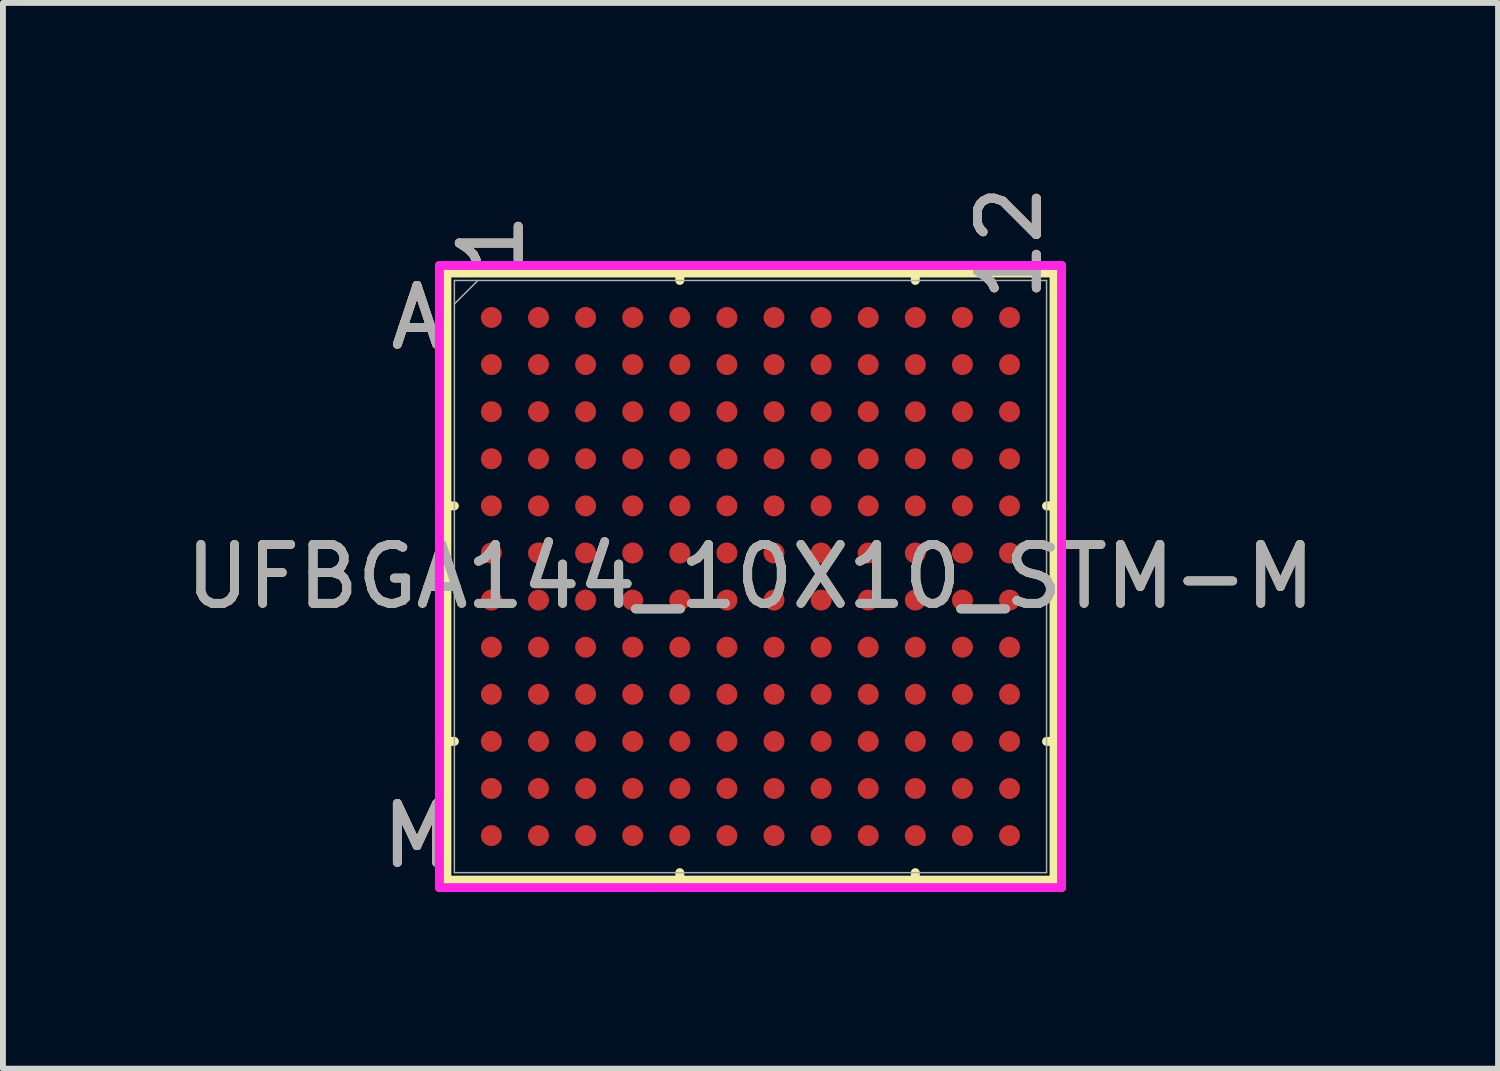
<source format=kicad_pcb>
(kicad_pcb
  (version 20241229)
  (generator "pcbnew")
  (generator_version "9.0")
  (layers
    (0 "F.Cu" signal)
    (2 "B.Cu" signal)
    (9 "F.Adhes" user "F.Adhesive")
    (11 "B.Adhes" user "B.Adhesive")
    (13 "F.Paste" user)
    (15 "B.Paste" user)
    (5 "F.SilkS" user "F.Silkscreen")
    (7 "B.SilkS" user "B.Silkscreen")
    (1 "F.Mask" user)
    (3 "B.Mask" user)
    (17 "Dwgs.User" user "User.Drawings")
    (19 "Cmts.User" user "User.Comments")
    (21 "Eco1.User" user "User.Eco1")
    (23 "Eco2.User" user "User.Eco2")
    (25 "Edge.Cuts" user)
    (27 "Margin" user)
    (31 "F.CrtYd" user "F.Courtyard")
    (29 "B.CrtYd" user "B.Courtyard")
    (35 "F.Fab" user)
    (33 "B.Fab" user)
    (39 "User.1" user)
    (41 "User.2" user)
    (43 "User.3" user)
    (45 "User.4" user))
  (footprint "UFBGA144_10X10_STM-M"
    (layer "F.Cu")
    (at 9.696 6.742)
    (property "Reference" "UFBGA144_10X10_STM-M" (at 0 0 0) (unlocked yes) (layer "F.SilkS") (effects (font (size 1 1) (thickness 0.15))))
    (attr smd)
    (fp_line (start -5.156 -5.156) (end -5.156 5.156) (stroke (width 0.152) (type solid)) (layer "F.SilkS"))
    (fp_line (start -5.156 5.156) (end 5.156 5.156) (stroke (width 0.152) (type solid)) (layer "F.SilkS"))
    (fp_line (start -5.029 -1.2) (end -5.283 -1.2) (stroke (width 0.152) (type solid)) (layer "F.SilkS"))
    (fp_line (start -5.029 2.8) (end -5.283 2.8) (stroke (width 0.152) (type solid)) (layer "F.SilkS"))
    (fp_line (start -1.2 -5.029) (end -1.2 -5.283) (stroke (width 0.152) (type solid)) (layer "F.SilkS"))
    (fp_line (start -1.2 5.029) (end -1.2 5.283) (stroke (width 0.152) (type solid)) (layer "F.SilkS"))
    (fp_line (start 2.8 -5.029) (end 2.8 -5.283) (stroke (width 0.152) (type solid)) (layer "F.SilkS"))
    (fp_line (start 2.8 5.029) (end 2.8 5.283) (stroke (width 0.152) (type solid)) (layer "F.SilkS"))
    (fp_line (start 5.029 -1.2) (end 5.283 -1.2) (stroke (width 0.152) (type solid)) (layer "F.SilkS"))
    (fp_line (start 5.029 2.8) (end 5.283 2.8) (stroke (width 0.152) (type solid)) (layer "F.SilkS"))
    (fp_line (start 5.156 -5.156) (end -5.156 -5.156) (stroke (width 0.152) (type solid)) (layer "F.SilkS"))
    (fp_line (start 5.156 5.156) (end 5.156 -5.156) (stroke (width 0.152) (type solid)) (layer "F.SilkS"))
    (fp_poly (pts (xy -5.245 -5.245) (xy 5.245 -5.245) (xy 5.245 5.245) (xy -5.245 5.245)) (stroke (width 0.1) (type solid)) (fill no) (layer "Eco2.User"))
    (fp_line (start -5.283 -5.283) (end 5.283 -5.283) (stroke (width 0.152) (type solid)) (layer "F.CrtYd"))
    (fp_line (start -5.283 5.283) (end -5.283 -5.283) (stroke (width 0.152) (type solid)) (layer "F.CrtYd"))
    (fp_line (start 5.283 -5.283) (end 5.283 5.283) (stroke (width 0.152) (type solid)) (layer "F.CrtYd"))
    (fp_line (start 5.283 5.283) (end -5.283 5.283) (stroke (width 0.152) (type solid)) (layer "F.CrtYd"))
    (fp_line (start -5.029 -5.029) (end -5.029 5.029) (stroke (width 0.025) (type solid)) (layer "F.Fab"))
    (fp_line (start -5.029 5.029) (end 5.029 5.029) (stroke (width 0.025) (type solid)) (layer "F.Fab"))
    (fp_line (start -4.629 -5.029) (end -5.029 -4.629) (stroke (width 0.025) (type solid)) (layer "F.Fab"))
    (fp_line (start 5.029 -5.029) (end -5.029 -5.029) (stroke (width 0.025) (type solid)) (layer "F.Fab"))
    (fp_line (start 5.029 5.029) (end 5.029 -5.029) (stroke (width 0.025) (type solid)) (layer "F.Fab"))
    (fp_text user "1" (at -4.4 -5.664 90) (unlocked yes) (layer "F.SilkS") (effects (font (size 1 1) (thickness 0.15))))
    (fp_text user "12" (at 4.4 -5.664 90) (unlocked yes) (layer "F.SilkS") (effects (font (size 1 1) (thickness 0.15))))
    (fp_text user "M" (at -5.664 4.4 0) (unlocked yes) (layer "F.SilkS") (effects (font (size 1 1) (thickness 0.15))))
    (fp_text user "A" (at -5.664 -4.4 0) (unlocked yes) (layer "F.SilkS") (effects (font (size 1 1) (thickness 0.15))))
    (fp_text user "M" (at -5.664 4.4 0) (unlocked yes) (layer "B.SilkS") (effects (font (size 1 1) (thickness 0.15))))
    (fp_text user "A" (at -5.664 -4.4 0) (unlocked yes) (layer "B.SilkS") (effects (font (size 1 1) (thickness 0.15))))
    (fp_text user "1" (at -4.4 -5.664 90) (unlocked yes) (layer "B.SilkS") (effects (font (size 1 1) (thickness 0.15))))
    (fp_text user "12" (at 4.4 -5.664 90) (unlocked yes) (layer "B.SilkS") (effects (font (size 1 1) (thickness 0.15))))
    (fp_text user "1" (at -4.4 -5.664 90) (unlocked yes) (layer "F.Fab") (effects (font (size 1 1) (thickness 0.15))))
    (fp_text user "A" (at -5.664 -4.4 0) (unlocked yes) (layer "F.Fab") (effects (font (size 1 1) (thickness 0.15))))
    (fp_text user "M" (at -5.664 4.4 0) (unlocked yes) (layer "F.Fab") (effects (font (size 1 1) (thickness 0.15))))
    (fp_text user "12" (at 4.4 -5.664 90) (unlocked yes) (layer "F.Fab") (effects (font (size 1 1) (thickness 0.15))))
    (fp_text user "${REFERENCE}" (at 0 0 0) (unlocked yes) (layer "F.Fab") (effects (font (size 1 1) (thickness 0.15))))
    (pad "A1" smd circle (at -4.4 -4.4) (size 0.356 0.356) (layers "F.Cu" "F.Mask" "F.Paste"))
    (pad "A2" smd circle (at -3.6 -4.4) (size 0.356 0.356) (layers "F.Cu" "F.Mask" "F.Paste"))
    (pad "A3" smd circle (at -2.8 -4.4) (size 0.356 0.356) (layers "F.Cu" "F.Mask" "F.Paste"))
    (pad "A4" smd circle (at -2 -4.4) (size 0.356 0.356) (layers "F.Cu" "F.Mask" "F.Paste"))
    (pad "A5" smd circle (at -1.2 -4.4) (size 0.356 0.356) (layers "F.Cu" "F.Mask" "F.Paste"))
    (pad "A6" smd circle (at -0.4 -4.4) (size 0.356 0.356) (layers "F.Cu" "F.Mask" "F.Paste"))
    (pad "A7" smd circle (at 0.4 -4.4) (size 0.356 0.356) (layers "F.Cu" "F.Mask" "F.Paste"))
    (pad "A8" smd circle (at 1.2 -4.4) (size 0.356 0.356) (layers "F.Cu" "F.Mask" "F.Paste"))
    (pad "A9" smd circle (at 2 -4.4) (size 0.356 0.356) (layers "F.Cu" "F.Mask" "F.Paste"))
    (pad "A10" smd circle (at 2.8 -4.4) (size 0.356 0.356) (layers "F.Cu" "F.Mask" "F.Paste"))
    (pad "A11" smd circle (at 3.6 -4.4) (size 0.356 0.356) (layers "F.Cu" "F.Mask" "F.Paste"))
    (pad "A12" smd circle (at 4.4 -4.4) (size 0.356 0.356) (layers "F.Cu" "F.Mask" "F.Paste"))
    (pad "B1" smd circle (at -4.4 -3.6) (size 0.356 0.356) (layers "F.Cu" "F.Mask" "F.Paste"))
    (pad "B2" smd circle (at -3.6 -3.6) (size 0.356 0.356) (layers "F.Cu" "F.Mask" "F.Paste"))
    (pad "B3" smd circle (at -2.8 -3.6) (size 0.356 0.356) (layers "F.Cu" "F.Mask" "F.Paste"))
    (pad "B4" smd circle (at -2 -3.6) (size 0.356 0.356) (layers "F.Cu" "F.Mask" "F.Paste"))
    (pad "B5" smd circle (at -1.2 -3.6) (size 0.356 0.356) (layers "F.Cu" "F.Mask" "F.Paste"))
    (pad "B6" smd circle (at -0.4 -3.6) (size 0.356 0.356) (layers "F.Cu" "F.Mask" "F.Paste"))
    (pad "B7" smd circle (at 0.4 -3.6) (size 0.356 0.356) (layers "F.Cu" "F.Mask" "F.Paste"))
    (pad "B8" smd circle (at 1.2 -3.6) (size 0.356 0.356) (layers "F.Cu" "F.Mask" "F.Paste"))
    (pad "B9" smd circle (at 2 -3.6) (size 0.356 0.356) (layers "F.Cu" "F.Mask" "F.Paste"))
    (pad "B10" smd circle (at 2.8 -3.6) (size 0.356 0.356) (layers "F.Cu" "F.Mask" "F.Paste"))
    (pad "B11" smd circle (at 3.6 -3.6) (size 0.356 0.356) (layers "F.Cu" "F.Mask" "F.Paste"))
    (pad "B12" smd circle (at 4.4 -3.6) (size 0.356 0.356) (layers "F.Cu" "F.Mask" "F.Paste"))
    (pad "C1" smd circle (at -4.4 -2.8) (size 0.356 0.356) (layers "F.Cu" "F.Mask" "F.Paste"))
    (pad "C2" smd circle (at -3.6 -2.8) (size 0.356 0.356) (layers "F.Cu" "F.Mask" "F.Paste"))
    (pad "C3" smd circle (at -2.8 -2.8) (size 0.356 0.356) (layers "F.Cu" "F.Mask" "F.Paste"))
    (pad "C4" smd circle (at -2 -2.8) (size 0.356 0.356) (layers "F.Cu" "F.Mask" "F.Paste"))
    (pad "C5" smd circle (at -1.2 -2.8) (size 0.356 0.356) (layers "F.Cu" "F.Mask" "F.Paste"))
    (pad "C6" smd circle (at -0.4 -2.8) (size 0.356 0.356) (layers "F.Cu" "F.Mask" "F.Paste"))
    (pad "C7" smd circle (at 0.4 -2.8) (size 0.356 0.356) (layers "F.Cu" "F.Mask" "F.Paste"))
    (pad "C8" smd circle (at 1.2 -2.8) (size 0.356 0.356) (layers "F.Cu" "F.Mask" "F.Paste"))
    (pad "C9" smd circle (at 2 -2.8) (size 0.356 0.356) (layers "F.Cu" "F.Mask" "F.Paste"))
    (pad "C10" smd circle (at 2.8 -2.8) (size 0.356 0.356) (layers "F.Cu" "F.Mask" "F.Paste"))
    (pad "C11" smd circle (at 3.6 -2.8) (size 0.356 0.356) (layers "F.Cu" "F.Mask" "F.Paste"))
    (pad "C12" smd circle (at 4.4 -2.8) (size 0.356 0.356) (layers "F.Cu" "F.Mask" "F.Paste"))
    (pad "D1" smd circle (at -4.4 -2) (size 0.356 0.356) (layers "F.Cu" "F.Mask" "F.Paste"))
    (pad "D2" smd circle (at -3.6 -2) (size 0.356 0.356) (layers "F.Cu" "F.Mask" "F.Paste"))
    (pad "D3" smd circle (at -2.8 -2) (size 0.356 0.356) (layers "F.Cu" "F.Mask" "F.Paste"))
    (pad "D4" smd circle (at -2 -2) (size 0.356 0.356) (layers "F.Cu" "F.Mask" "F.Paste"))
    (pad "D5" smd circle (at -1.2 -2) (size 0.356 0.356) (layers "F.Cu" "F.Mask" "F.Paste"))
    (pad "D6" smd circle (at -0.4 -2) (size 0.356 0.356) (layers "F.Cu" "F.Mask" "F.Paste"))
    (pad "D7" smd circle (at 0.4 -2) (size 0.356 0.356) (layers "F.Cu" "F.Mask" "F.Paste"))
    (pad "D8" smd circle (at 1.2 -2) (size 0.356 0.356) (layers "F.Cu" "F.Mask" "F.Paste"))
    (pad "D9" smd circle (at 2 -2) (size 0.356 0.356) (layers "F.Cu" "F.Mask" "F.Paste"))
    (pad "D10" smd circle (at 2.8 -2) (size 0.356 0.356) (layers "F.Cu" "F.Mask" "F.Paste"))
    (pad "D11" smd circle (at 3.6 -2) (size 0.356 0.356) (layers "F.Cu" "F.Mask" "F.Paste"))
    (pad "D12" smd circle (at 4.4 -2) (size 0.356 0.356) (layers "F.Cu" "F.Mask" "F.Paste"))
    (pad "E1" smd circle (at -4.4 -1.2) (size 0.356 0.356) (layers "F.Cu" "F.Mask" "F.Paste"))
    (pad "E2" smd circle (at -3.6 -1.2) (size 0.356 0.356) (layers "F.Cu" "F.Mask" "F.Paste"))
    (pad "E3" smd circle (at -2.8 -1.2) (size 0.356 0.356) (layers "F.Cu" "F.Mask" "F.Paste"))
    (pad "E4" smd circle (at -2 -1.2) (size 0.356 0.356) (layers "F.Cu" "F.Mask" "F.Paste"))
    (pad "E5" smd circle (at -1.2 -1.2) (size 0.356 0.356) (layers "F.Cu" "F.Mask" "F.Paste"))
    (pad "E6" smd circle (at -0.4 -1.2) (size 0.356 0.356) (layers "F.Cu" "F.Mask" "F.Paste"))
    (pad "E7" smd circle (at 0.4 -1.2) (size 0.356 0.356) (layers "F.Cu" "F.Mask" "F.Paste"))
    (pad "E8" smd circle (at 1.2 -1.2) (size 0.356 0.356) (layers "F.Cu" "F.Mask" "F.Paste"))
    (pad "E9" smd circle (at 2 -1.2) (size 0.356 0.356) (layers "F.Cu" "F.Mask" "F.Paste"))
    (pad "E10" smd circle (at 2.8 -1.2) (size 0.356 0.356) (layers "F.Cu" "F.Mask" "F.Paste"))
    (pad "E11" smd circle (at 3.6 -1.2) (size 0.356 0.356) (layers "F.Cu" "F.Mask" "F.Paste"))
    (pad "E12" smd circle (at 4.4 -1.2) (size 0.356 0.356) (layers "F.Cu" "F.Mask" "F.Paste"))
    (pad "F1" smd circle (at -4.4 -0.4) (size 0.356 0.356) (layers "F.Cu" "F.Mask" "F.Paste"))
    (pad "F2" smd circle (at -3.6 -0.4) (size 0.356 0.356) (layers "F.Cu" "F.Mask" "F.Paste"))
    (pad "F3" smd circle (at -2.8 -0.4) (size 0.356 0.356) (layers "F.Cu" "F.Mask" "F.Paste"))
    (pad "F4" smd circle (at -2 -0.4) (size 0.356 0.356) (layers "F.Cu" "F.Mask" "F.Paste"))
    (pad "F5" smd circle (at -1.2 -0.4) (size 0.356 0.356) (layers "F.Cu" "F.Mask" "F.Paste"))
    (pad "F6" smd circle (at -0.4 -0.4) (size 0.356 0.356) (layers "F.Cu" "F.Mask" "F.Paste"))
    (pad "F7" smd circle (at 0.4 -0.4) (size 0.356 0.356) (layers "F.Cu" "F.Mask" "F.Paste"))
    (pad "F8" smd circle (at 1.2 -0.4) (size 0.356 0.356) (layers "F.Cu" "F.Mask" "F.Paste"))
    (pad "F9" smd circle (at 2 -0.4) (size 0.356 0.356) (layers "F.Cu" "F.Mask" "F.Paste"))
    (pad "F10" smd circle (at 2.8 -0.4) (size 0.356 0.356) (layers "F.Cu" "F.Mask" "F.Paste"))
    (pad "F11" smd circle (at 3.6 -0.4) (size 0.356 0.356) (layers "F.Cu" "F.Mask" "F.Paste"))
    (pad "F12" smd circle (at 4.4 -0.4) (size 0.356 0.356) (layers "F.Cu" "F.Mask" "F.Paste"))
    (pad "G1" smd circle (at -4.4 0.4) (size 0.356 0.356) (layers "F.Cu" "F.Mask" "F.Paste"))
    (pad "G2" smd circle (at -3.6 0.4) (size 0.356 0.356) (layers "F.Cu" "F.Mask" "F.Paste"))
    (pad "G3" smd circle (at -2.8 0.4) (size 0.356 0.356) (layers "F.Cu" "F.Mask" "F.Paste"))
    (pad "G4" smd circle (at -2 0.4) (size 0.356 0.356) (layers "F.Cu" "F.Mask" "F.Paste"))
    (pad "G5" smd circle (at -1.2 0.4) (size 0.356 0.356) (layers "F.Cu" "F.Mask" "F.Paste"))
    (pad "G6" smd circle (at -0.4 0.4) (size 0.356 0.356) (layers "F.Cu" "F.Mask" "F.Paste"))
    (pad "G7" smd circle (at 0.4 0.4) (size 0.356 0.356) (layers "F.Cu" "F.Mask" "F.Paste"))
    (pad "G8" smd circle (at 1.2 0.4) (size 0.356 0.356) (layers "F.Cu" "F.Mask" "F.Paste"))
    (pad "G9" smd circle (at 2 0.4) (size 0.356 0.356) (layers "F.Cu" "F.Mask" "F.Paste"))
    (pad "G10" smd circle (at 2.8 0.4) (size 0.356 0.356) (layers "F.Cu" "F.Mask" "F.Paste"))
    (pad "G11" smd circle (at 3.6 0.4) (size 0.356 0.356) (layers "F.Cu" "F.Mask" "F.Paste"))
    (pad "G12" smd circle (at 4.4 0.4) (size 0.356 0.356) (layers "F.Cu" "F.Mask" "F.Paste"))
    (pad "H1" smd circle (at -4.4 1.2) (size 0.356 0.356) (layers "F.Cu" "F.Mask" "F.Paste"))
    (pad "H2" smd circle (at -3.6 1.2) (size 0.356 0.356) (layers "F.Cu" "F.Mask" "F.Paste"))
    (pad "H3" smd circle (at -2.8 1.2) (size 0.356 0.356) (layers "F.Cu" "F.Mask" "F.Paste"))
    (pad "H4" smd circle (at -2 1.2) (size 0.356 0.356) (layers "F.Cu" "F.Mask" "F.Paste"))
    (pad "H5" smd circle (at -1.2 1.2) (size 0.356 0.356) (layers "F.Cu" "F.Mask" "F.Paste"))
    (pad "H6" smd circle (at -0.4 1.2) (size 0.356 0.356) (layers "F.Cu" "F.Mask" "F.Paste"))
    (pad "H7" smd circle (at 0.4 1.2) (size 0.356 0.356) (layers "F.Cu" "F.Mask" "F.Paste"))
    (pad "H8" smd circle (at 1.2 1.2) (size 0.356 0.356) (layers "F.Cu" "F.Mask" "F.Paste"))
    (pad "H9" smd circle (at 2 1.2) (size 0.356 0.356) (layers "F.Cu" "F.Mask" "F.Paste"))
    (pad "H10" smd circle (at 2.8 1.2) (size 0.356 0.356) (layers "F.Cu" "F.Mask" "F.Paste"))
    (pad "H11" smd circle (at 3.6 1.2) (size 0.356 0.356) (layers "F.Cu" "F.Mask" "F.Paste"))
    (pad "H12" smd circle (at 4.4 1.2) (size 0.356 0.356) (layers "F.Cu" "F.Mask" "F.Paste"))
    (pad "J1" smd circle (at -4.4 2) (size 0.356 0.356) (layers "F.Cu" "F.Mask" "F.Paste"))
    (pad "J2" smd circle (at -3.6 2) (size 0.356 0.356) (layers "F.Cu" "F.Mask" "F.Paste"))
    (pad "J3" smd circle (at -2.8 2) (size 0.356 0.356) (layers "F.Cu" "F.Mask" "F.Paste"))
    (pad "J4" smd circle (at -2 2) (size 0.356 0.356) (layers "F.Cu" "F.Mask" "F.Paste"))
    (pad "J5" smd circle (at -1.2 2) (size 0.356 0.356) (layers "F.Cu" "F.Mask" "F.Paste"))
    (pad "J6" smd circle (at -0.4 2) (size 0.356 0.356) (layers "F.Cu" "F.Mask" "F.Paste"))
    (pad "J7" smd circle (at 0.4 2) (size 0.356 0.356) (layers "F.Cu" "F.Mask" "F.Paste"))
    (pad "J8" smd circle (at 1.2 2) (size 0.356 0.356) (layers "F.Cu" "F.Mask" "F.Paste"))
    (pad "J9" smd circle (at 2 2) (size 0.356 0.356) (layers "F.Cu" "F.Mask" "F.Paste"))
    (pad "J10" smd circle (at 2.8 2) (size 0.356 0.356) (layers "F.Cu" "F.Mask" "F.Paste"))
    (pad "J11" smd circle (at 3.6 2) (size 0.356 0.356) (layers "F.Cu" "F.Mask" "F.Paste"))
    (pad "J12" smd circle (at 4.4 2) (size 0.356 0.356) (layers "F.Cu" "F.Mask" "F.Paste"))
    (pad "K1" smd circle (at -4.4 2.8) (size 0.356 0.356) (layers "F.Cu" "F.Mask" "F.Paste"))
    (pad "K2" smd circle (at -3.6 2.8) (size 0.356 0.356) (layers "F.Cu" "F.Mask" "F.Paste"))
    (pad "K3" smd circle (at -2.8 2.8) (size 0.356 0.356) (layers "F.Cu" "F.Mask" "F.Paste"))
    (pad "K4" smd circle (at -2 2.8) (size 0.356 0.356) (layers "F.Cu" "F.Mask" "F.Paste"))
    (pad "K5" smd circle (at -1.2 2.8) (size 0.356 0.356) (layers "F.Cu" "F.Mask" "F.Paste"))
    (pad "K6" smd circle (at -0.4 2.8) (size 0.356 0.356) (layers "F.Cu" "F.Mask" "F.Paste"))
    (pad "K7" smd circle (at 0.4 2.8) (size 0.356 0.356) (layers "F.Cu" "F.Mask" "F.Paste"))
    (pad "K8" smd circle (at 1.2 2.8) (size 0.356 0.356) (layers "F.Cu" "F.Mask" "F.Paste"))
    (pad "K9" smd circle (at 2 2.8) (size 0.356 0.356) (layers "F.Cu" "F.Mask" "F.Paste"))
    (pad "K10" smd circle (at 2.8 2.8) (size 0.356 0.356) (layers "F.Cu" "F.Mask" "F.Paste"))
    (pad "K11" smd circle (at 3.6 2.8) (size 0.356 0.356) (layers "F.Cu" "F.Mask" "F.Paste"))
    (pad "K12" smd circle (at 4.4 2.8) (size 0.356 0.356) (layers "F.Cu" "F.Mask" "F.Paste"))
    (pad "L1" smd circle (at -4.4 3.6) (size 0.356 0.356) (layers "F.Cu" "F.Mask" "F.Paste"))
    (pad "L2" smd circle (at -3.6 3.6) (size 0.356 0.356) (layers "F.Cu" "F.Mask" "F.Paste"))
    (pad "L3" smd circle (at -2.8 3.6) (size 0.356 0.356) (layers "F.Cu" "F.Mask" "F.Paste"))
    (pad "L4" smd circle (at -2 3.6) (size 0.356 0.356) (layers "F.Cu" "F.Mask" "F.Paste"))
    (pad "L5" smd circle (at -1.2 3.6) (size 0.356 0.356) (layers "F.Cu" "F.Mask" "F.Paste"))
    (pad "L6" smd circle (at -0.4 3.6) (size 0.356 0.356) (layers "F.Cu" "F.Mask" "F.Paste"))
    (pad "L7" smd circle (at 0.4 3.6) (size 0.356 0.356) (layers "F.Cu" "F.Mask" "F.Paste"))
    (pad "L8" smd circle (at 1.2 3.6) (size 0.356 0.356) (layers "F.Cu" "F.Mask" "F.Paste"))
    (pad "L9" smd circle (at 2 3.6) (size 0.356 0.356) (layers "F.Cu" "F.Mask" "F.Paste"))
    (pad "L10" smd circle (at 2.8 3.6) (size 0.356 0.356) (layers "F.Cu" "F.Mask" "F.Paste"))
    (pad "L11" smd circle (at 3.6 3.6) (size 0.356 0.356) (layers "F.Cu" "F.Mask" "F.Paste"))
    (pad "L12" smd circle (at 4.4 3.6) (size 0.356 0.356) (layers "F.Cu" "F.Mask" "F.Paste"))
    (pad "M1" smd circle (at -4.4 4.4) (size 0.356 0.356) (layers "F.Cu" "F.Mask" "F.Paste"))
    (pad "M2" smd circle (at -3.6 4.4) (size 0.356 0.356) (layers "F.Cu" "F.Mask" "F.Paste"))
    (pad "M3" smd circle (at -2.8 4.4) (size 0.356 0.356) (layers "F.Cu" "F.Mask" "F.Paste"))
    (pad "M4" smd circle (at -2 4.4) (size 0.356 0.356) (layers "F.Cu" "F.Mask" "F.Paste"))
    (pad "M5" smd circle (at -1.2 4.4) (size 0.356 0.356) (layers "F.Cu" "F.Mask" "F.Paste"))
    (pad "M6" smd circle (at -0.4 4.4) (size 0.356 0.356) (layers "F.Cu" "F.Mask" "F.Paste"))
    (pad "M7" smd circle (at 0.4 4.4) (size 0.356 0.356) (layers "F.Cu" "F.Mask" "F.Paste"))
    (pad "M8" smd circle (at 1.2 4.4) (size 0.356 0.356) (layers "F.Cu" "F.Mask" "F.Paste"))
    (pad "M9" smd circle (at 2 4.4) (size 0.356 0.356) (layers "F.Cu" "F.Mask" "F.Paste"))
    (pad "M10" smd circle (at 2.8 4.4) (size 0.356 0.356) (layers "F.Cu" "F.Mask" "F.Paste"))
    (pad "M11" smd circle (at 3.6 4.4) (size 0.356 0.356) (layers "F.Cu" "F.Mask" "F.Paste"))
    (pad "M12" smd circle (at 4.4 4.4) (size 0.356 0.356) (layers "F.Cu" "F.Mask" "F.Paste")))
  (gr_rect
    (start -3 -3)
    (end 22.393 15.101)
    (stroke (width 0.1) (type default))
    (fill no)
    (layer "Edge.Cuts")))
</source>
